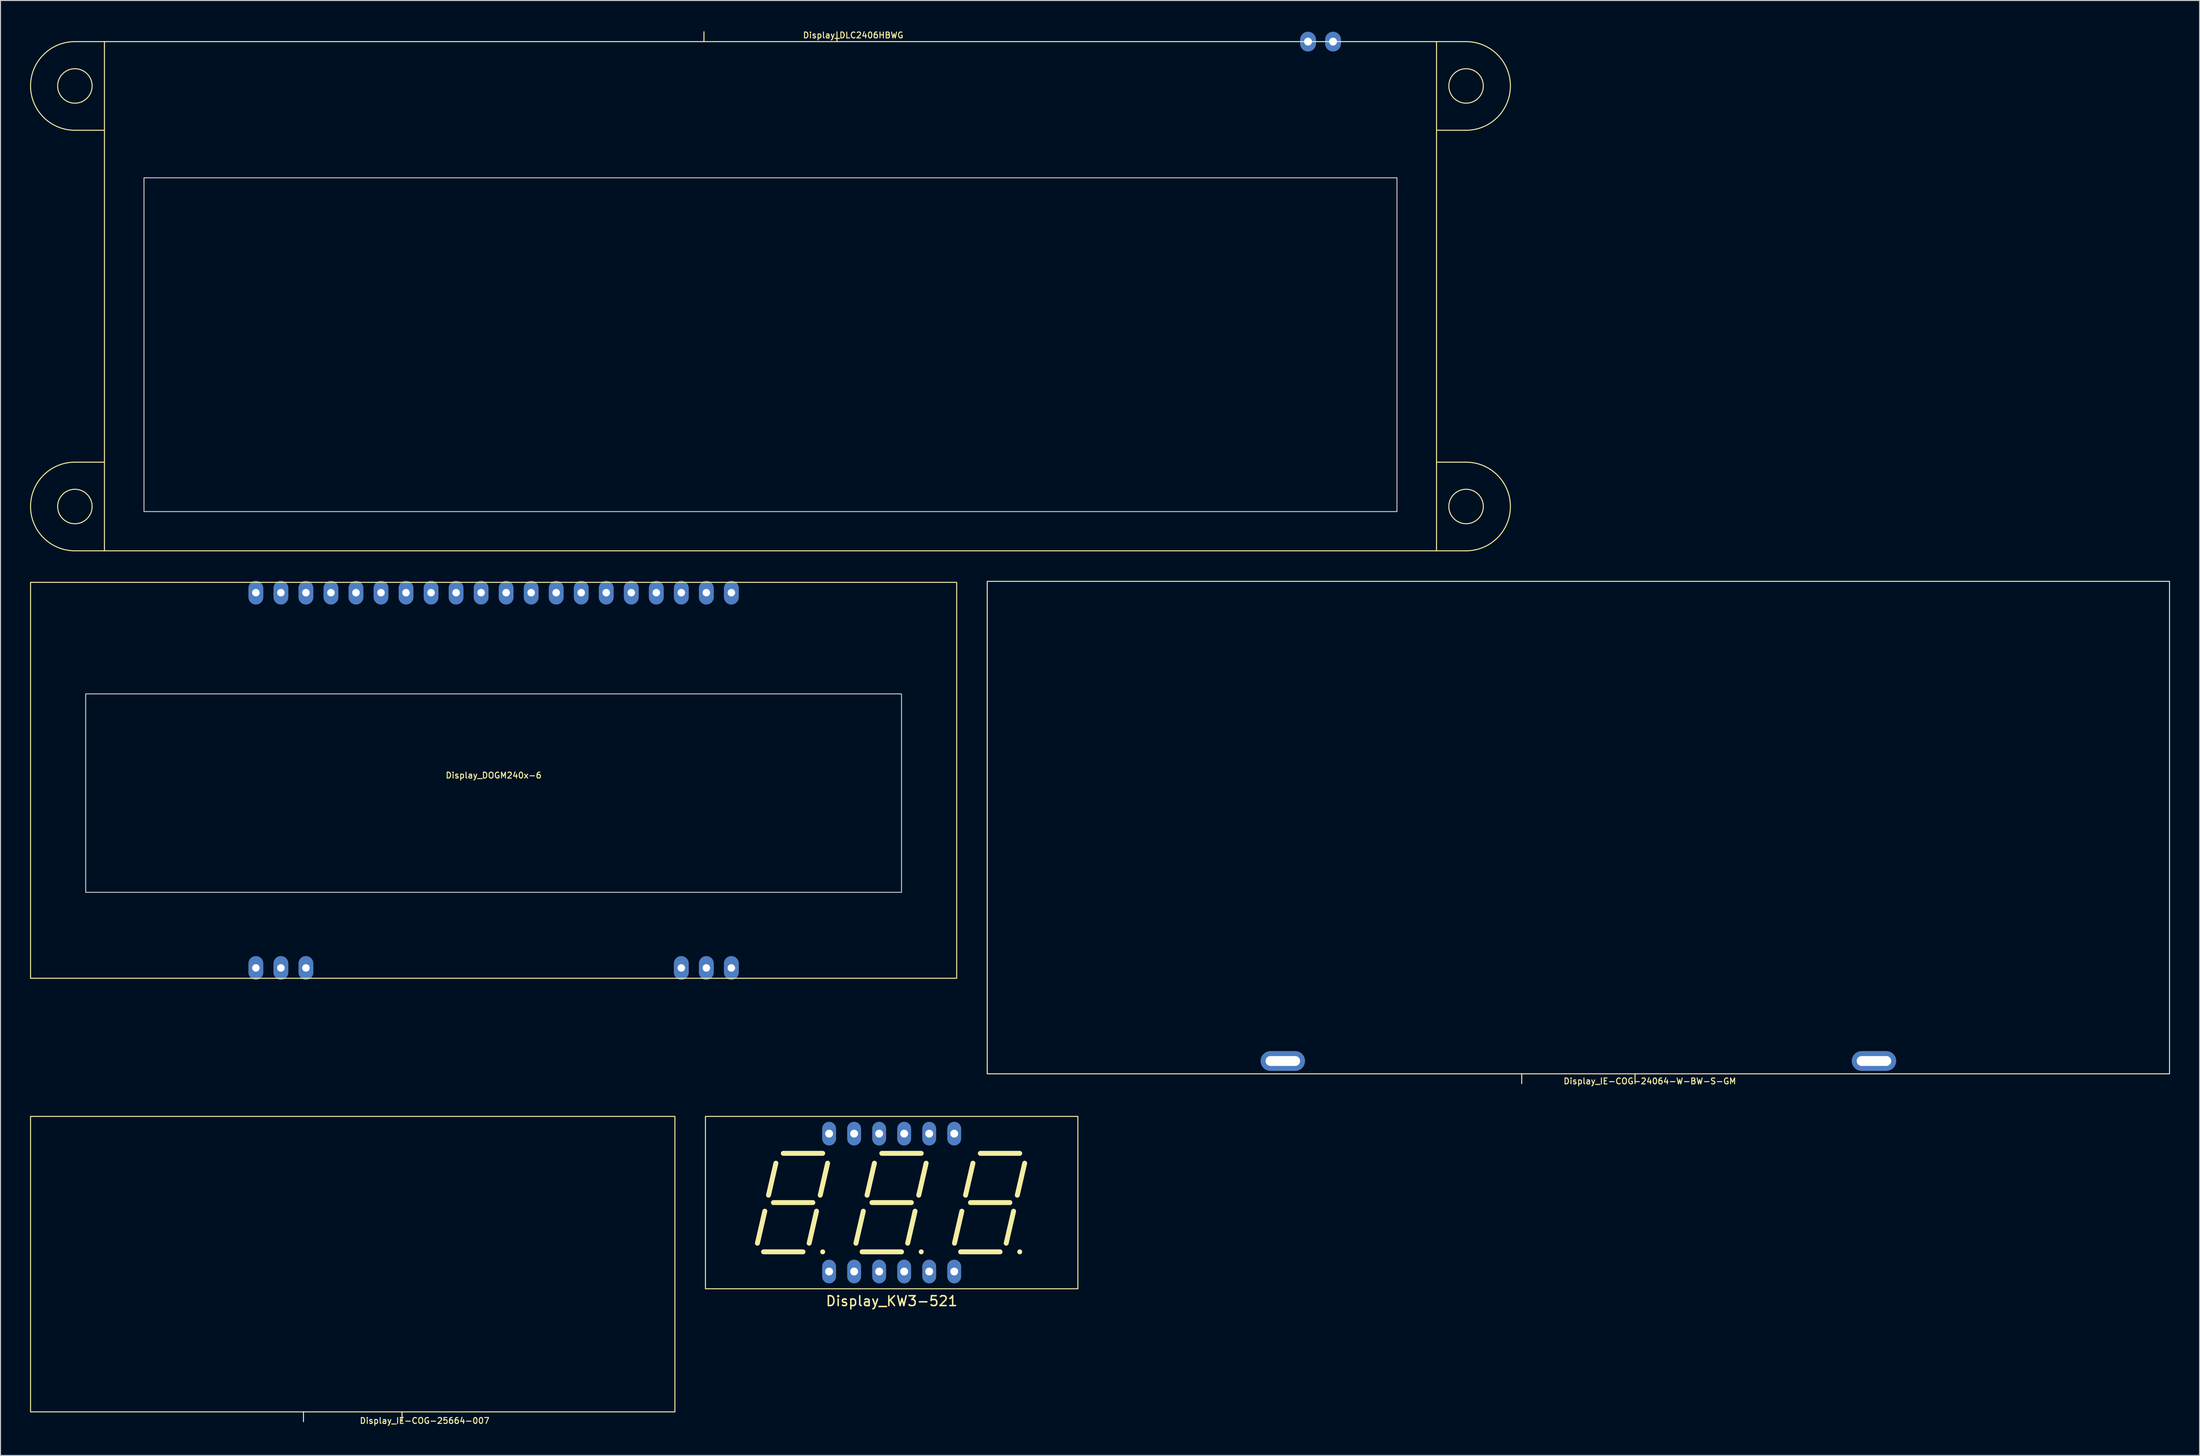
<source format=kicad_pcb>
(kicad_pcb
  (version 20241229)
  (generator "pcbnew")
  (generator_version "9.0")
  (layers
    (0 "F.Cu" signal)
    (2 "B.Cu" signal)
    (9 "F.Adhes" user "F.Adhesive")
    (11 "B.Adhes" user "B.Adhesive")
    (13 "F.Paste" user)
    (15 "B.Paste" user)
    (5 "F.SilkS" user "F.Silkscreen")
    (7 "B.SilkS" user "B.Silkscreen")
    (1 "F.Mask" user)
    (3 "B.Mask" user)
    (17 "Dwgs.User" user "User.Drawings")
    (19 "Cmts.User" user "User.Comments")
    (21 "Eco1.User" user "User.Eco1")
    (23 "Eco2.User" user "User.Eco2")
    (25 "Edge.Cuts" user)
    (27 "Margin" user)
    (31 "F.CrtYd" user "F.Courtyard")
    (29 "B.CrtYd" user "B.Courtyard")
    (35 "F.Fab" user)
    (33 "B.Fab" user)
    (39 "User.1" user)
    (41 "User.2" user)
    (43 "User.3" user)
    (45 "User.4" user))
  (footprint "Display_KW3-521"
    (layer "F.Cu")
    (at 87.45 119.053)
    (property "Reference" "Display_KW3-521" (at 0 10 0) (unlocked yes) (layer "F.SilkS") (effects (font (size 1 1) (thickness 0.15))))
    (attr through_hole)
    (fp_line (start -13.625 4.125) (end -12.875 0.875) (stroke (width 0.5) (type solid)) (layer "F.SilkS"))
    (fp_line (start -13 5) (end -9 5) (stroke (width 0.5) (type solid)) (layer "F.SilkS"))
    (fp_line (start -12.5 -0.75) (end -11.75 -4) (stroke (width 0.5) (type solid)) (layer "F.SilkS"))
    (fp_line (start -12 0) (end -8 0) (stroke (width 0.5) (type solid)) (layer "F.SilkS"))
    (fp_line (start -11 -5) (end -7 -5) (stroke (width 0.5) (type solid)) (layer "F.SilkS"))
    (fp_line (start -8.375 4.125) (end -7.625 0.875) (stroke (width 0.5) (type solid)) (layer "F.SilkS"))
    (fp_line (start -7.25 -0.75) (end -6.5 -4) (stroke (width 0.5) (type solid)) (layer "F.SilkS"))
    (fp_line (start -3.625 4.125) (end -2.875 0.875) (stroke (width 0.5) (type solid)) (layer "F.SilkS"))
    (fp_line (start -3 5) (end 1 5) (stroke (width 0.5) (type solid)) (layer "F.SilkS"))
    (fp_line (start -2.5 -0.75) (end -1.75 -4) (stroke (width 0.5) (type solid)) (layer "F.SilkS"))
    (fp_line (start -2 0) (end 2 0) (stroke (width 0.5) (type solid)) (layer "F.SilkS"))
    (fp_line (start -1 -5) (end 3 -5) (stroke (width 0.5) (type solid)) (layer "F.SilkS"))
    (fp_line (start 1.625 4.125) (end 2.375 0.875) (stroke (width 0.5) (type solid)) (layer "F.SilkS"))
    (fp_line (start 2.75 -0.75) (end 3.5 -4) (stroke (width 0.5) (type solid)) (layer "F.SilkS"))
    (fp_line (start 6.375 4.125) (end 7.125 0.875) (stroke (width 0.5) (type solid)) (layer "F.SilkS"))
    (fp_line (start 7 5) (end 11 5) (stroke (width 0.5) (type solid)) (layer "F.SilkS"))
    (fp_line (start 7.5 -0.75) (end 8.25 -4) (stroke (width 0.5) (type solid)) (layer "F.SilkS"))
    (fp_line (start 8 0) (end 12 0) (stroke (width 0.5) (type solid)) (layer "F.SilkS"))
    (fp_line (start 9 -5) (end 13 -5) (stroke (width 0.5) (type solid)) (layer "F.SilkS"))
    (fp_line (start 11.625 4.125) (end 12.375 0.875) (stroke (width 0.5) (type solid)) (layer "F.SilkS"))
    (fp_line (start 12.75 -0.75) (end 13.5 -4) (stroke (width 0.5) (type solid)) (layer "F.SilkS"))
    (fp_rect (start -18.9 -8.75) (end 18.9 8.75) (stroke (width 0.1) (type solid)) (fill no) (layer "F.SilkS"))
    (fp_circle (center -7 5) (end -6.8 5) (stroke (width 0.1) (type solid)) (fill yes) (layer "F.SilkS"))
    (fp_circle (center 3 5) (end 3.2 5) (stroke (width 0.1) (type solid)) (fill yes) (layer "F.SilkS"))
    (fp_circle (center 13 5) (end 13.2 5) (stroke (width 0.1) (type solid)) (fill yes) (layer "F.SilkS"))
    (pad "1" thru_hole oval (at -6.35 7) (size 1.4 2.4) (drill 0.8) (layers "*.Cu" "*.Mask"))
    (pad "2" thru_hole oval (at -3.81 7) (size 1.4 2.4) (drill 0.8) (layers "*.Cu" "*.Mask"))
    (pad "3" thru_hole oval (at -1.27 7) (size 1.4 2.4) (drill 0.8) (layers "*.Cu" "*.Mask"))
    (pad "4" thru_hole oval (at 1.27 7) (size 1.4 2.4) (drill 0.8) (layers "*.Cu" "*.Mask"))
    (pad "5" thru_hole oval (at 3.81 7) (size 1.4 2.4) (drill 0.8) (layers "*.Cu" "*.Mask"))
    (pad "6" thru_hole oval (at 6.35 7) (size 1.4 2.4) (drill 0.8) (layers "*.Cu" "*.Mask"))
    (pad "7" thru_hole oval (at 6.35 -7) (size 1.4 2.4) (drill 0.8) (layers "*.Cu" "*.Mask"))
    (pad "8" thru_hole oval (at 3.81 -7) (size 1.4 2.4) (drill 0.8) (layers "*.Cu" "*.Mask"))
    (pad "9" thru_hole oval (at 1.27 -7) (size 1.4 2.4) (drill 0.8) (layers "*.Cu" "*.Mask"))
    (pad "10" thru_hole oval (at -1.27 -7) (size 1.4 2.4) (drill 0.8) (layers "*.Cu" "*.Mask"))
    (pad "11" thru_hole oval (at -3.81 -7) (size 1.4 2.4) (drill 0.8) (layers "*.Cu" "*.Mask"))
    (pad "12" thru_hole oval (at -6.35 -7) (size 1.4 2.4) (drill 0.8) (layers "*.Cu" "*.Mask")))
  (footprint "Display_IE-COG-24064-W-BW-S-GM"
    (layer "F.Cu")
    (at 157.15 80.977)
    (property "Reference" "Display_IE-COG-24064-W-BW-S-GM" (at 7.25 25.75 0) (unlocked yes) (layer "F.SilkS") (effects (font (size 0.6 0.6) (thickness 0.1))))
    (attr smd)
    (fp_line (start -5.75 25) (end -5.75 26) (stroke (width 0.1) (type default)) (layer "F.SilkS"))
    (fp_line (start 5.75 26) (end 5.75 25) (stroke (width 0.1) (type default)) (layer "F.SilkS"))
    (fp_rect (start -60 -25) (end 60 25) (stroke (width 0.1) (type default)) (fill no) (layer "F.SilkS"))
    (pad "A" thru_hole oval (at 30 23.7 180) (size 4.5 2) (drill oval 3.5 1) (layers "*.Cu" "*.Mask"))
    (pad "K" thru_hole oval (at -30 23.7 180) (size 4.5 2) (drill oval 3.5 1) (layers "*.Cu" "*.Mask")))
  (footprint "Display_DOGM240x-6"
    (layer "F.Cu")
    (at 47.05 76.177)
    (property "Reference" "Display_DOGM240x-6" (at 0 -0.5 0) (unlocked yes) (layer "F.SilkS") (effects (font (size 0.6 0.6) (thickness 0.1))))
    (attr through_hole)
    (fp_rect (start -47 20.1) (end 47 -20.1) (stroke (width 0.1) (type default)) (fill no) (layer "F.SilkS"))
    (fp_rect (start -41.4 -8.773) (end 41.4 11.373) (stroke (width 0.1) (type default)) (fill no) (layer "Dwgs.User"))
    (pad "1" thru_hole oval (at -24.13 19.05) (size 1.5 2.4) (drill 0.762) (layers "*.Cu" "*.Mask"))
    (pad "2" thru_hole oval (at -21.59 19.05) (size 1.5 2.4) (drill 0.762) (layers "*.Cu" "*.Mask"))
    (pad "3" thru_hole oval (at -19.05 19.05) (size 1.5 2.4) (drill 0.762) (layers "*.Cu" "*.Mask"))
    (pad "18" thru_hole oval (at 19.05 19.05) (size 1.5 2.4) (drill 0.762) (layers "*.Cu" "*.Mask"))
    (pad "19" thru_hole oval (at 21.59 19.05) (size 1.5 2.4) (drill 0.762) (layers "*.Cu" "*.Mask"))
    (pad "20" thru_hole oval (at 24.13 19.05) (size 1.5 2.4) (drill 0.762) (layers "*.Cu" "*.Mask"))
    (pad "21" thru_hole oval (at 24.13 -19.05) (size 1.5 2.4) (drill 0.762) (layers "*.Cu" "*.Mask"))
    (pad "22" thru_hole oval (at 21.59 -19.05) (size 1.5 2.4) (drill 0.762) (layers "*.Cu" "*.Mask"))
    (pad "23" thru_hole oval (at 19.05 -19.05) (size 1.5 2.4) (drill 0.762) (layers "*.Cu" "*.Mask"))
    (pad "24" thru_hole oval (at 16.51 -19.05) (size 1.5 2.4) (drill 0.762) (layers "*.Cu" "*.Mask"))
    (pad "25" thru_hole oval (at 13.97 -19.05) (size 1.5 2.4) (drill 0.762) (layers "*.Cu" "*.Mask"))
    (pad "26" thru_hole oval (at 11.43 -19.05) (size 1.5 2.4) (drill 0.762) (layers "*.Cu" "*.Mask"))
    (pad "27" thru_hole oval (at 8.89 -19.05) (size 1.5 2.4) (drill 0.762) (layers "*.Cu" "*.Mask"))
    (pad "28" thru_hole oval (at 6.35 -19.05) (size 1.5 2.4) (drill 0.762) (layers "*.Cu" "*.Mask"))
    (pad "29" thru_hole oval (at 3.81 -19.05) (size 1.5 2.4) (drill 0.762) (layers "*.Cu" "*.Mask"))
    (pad "30" thru_hole oval (at 1.27 -19.05) (size 1.5 2.4) (drill 0.762) (layers "*.Cu" "*.Mask"))
    (pad "31" thru_hole oval (at -1.27 -19.05) (size 1.5 2.4) (drill 0.762) (layers "*.Cu" "*.Mask"))
    (pad "32" thru_hole oval (at -3.81 -19.05) (size 1.5 2.4) (drill 0.762) (layers "*.Cu" "*.Mask"))
    (pad "33" thru_hole oval (at -6.35 -19.05) (size 1.5 2.4) (drill 0.762) (layers "*.Cu" "*.Mask"))
    (pad "34" thru_hole oval (at -8.89 -19.05) (size 1.5 2.4) (drill 0.762) (layers "*.Cu" "*.Mask"))
    (pad "35" thru_hole oval (at -11.43 -19.05) (size 1.5 2.4) (drill 0.762) (layers "*.Cu" "*.Mask"))
    (pad "36" thru_hole oval (at -13.97 -19.05) (size 1.5 2.4) (drill 0.762) (layers "*.Cu" "*.Mask"))
    (pad "37" thru_hole oval (at -16.51 -19.05) (size 1.5 2.4) (drill 0.762) (layers "*.Cu" "*.Mask"))
    (pad "38" thru_hole oval (at -19.05 -19.05) (size 1.5 2.4) (drill 0.762) (layers "*.Cu" "*.Mask"))
    (pad "39" thru_hole oval (at -21.59 -19.05) (size 1.5 2.4) (drill 0.762) (layers "*.Cu" "*.Mask"))
    (pad "40" thru_hole oval (at -24.13 -19.05) (size 1.5 2.4) (drill 0.762) (layers "*.Cu" "*.Mask")))
  (footprint "Display_DLC2406HBWG"
    (layer "F.Cu")
    (at 75.15 27.026)
    (property "Reference" "Display_DLC2406HBWG" (at 8.4 -26.5 0) (unlocked yes) (layer "F.SilkS") (effects (font (size 0.6 0.6) (thickness 0.1))))
    (attr through_hole)
    (fp_line (start -70.6 -25.85) (end -67.6 -25.85) (stroke (width 0.1) (type default)) (layer "F.SilkS"))
    (fp_line (start -70.6 -16.85) (end -67.6 -16.85) (stroke (width 0.1) (type default)) (layer "F.SilkS"))
    (fp_line (start -70.6 16.85) (end -67.6 16.85) (stroke (width 0.1) (type default)) (layer "F.SilkS"))
    (fp_line (start -70.6 25.85) (end -67.6 25.85) (stroke (width 0.1) (type default)) (layer "F.SilkS"))
    (fp_line (start -6.75 -26.85) (end -6.75 -25.85) (stroke (width 0.1) (type default)) (layer "F.SilkS"))
    (fp_line (start 6.75 -26.85) (end 6.75 -25.85) (stroke (width 0.1) (type default)) (layer "F.SilkS"))
    (fp_line (start 70.6 -25.85) (end 67.6 -25.85) (stroke (width 0.1) (type default)) (layer "F.SilkS"))
    (fp_line (start 70.6 -16.85) (end 67.6 -16.85) (stroke (width 0.1) (type default)) (layer "F.SilkS"))
    (fp_line (start 70.6 16.85) (end 67.6 16.85) (stroke (width 0.1) (type default)) (layer "F.SilkS"))
    (fp_line (start 70.6 25.85) (end 67.6 25.85) (stroke (width 0.1) (type default)) (layer "F.SilkS"))
    (fp_rect (start -67.6 25.85) (end 67.6 -25.85) (stroke (width 0.1) (type default)) (fill no) (layer "F.SilkS"))
    (fp_arc (start -70.6 -16.85) (mid -75.1 -21.35) (end -70.6 -25.85) (stroke (width 0.1) (type default)) (layer "F.SilkS"))
    (fp_arc (start -70.6 25.85) (mid -75.1 21.35) (end -70.6 16.85) (stroke (width 0.1) (type default)) (layer "F.SilkS"))
    (fp_arc (start 70.6 -25.85) (mid 75.1 -21.35) (end 70.6 -16.85) (stroke (width 0.1) (type default)) (layer "F.SilkS"))
    (fp_arc (start 70.6 16.85) (mid 75.1 21.35) (end 70.6 25.85) (stroke (width 0.1) (type default)) (layer "F.SilkS"))
    (fp_circle (center -70.6 -21.35) (end -68.85 -21.35) (stroke (width 0.1) (type default)) (fill no) (layer "F.SilkS"))
    (fp_circle (center -70.6 21.35) (end -68.85 21.35) (stroke (width 0.1) (type default)) (fill no) (layer "F.SilkS"))
    (fp_circle (center 70.6 -21.35) (end 68.85 -21.35) (stroke (width 0.1) (type default)) (fill no) (layer "F.SilkS"))
    (fp_circle (center 70.6 21.35) (end 68.85 21.35) (stroke (width 0.1) (type default)) (fill no) (layer "F.SilkS"))
    (fp_rect (start -63.585 21.865) (end 63.585 -12.025) (stroke (width 0.1) (type default)) (fill no) (layer "Dwgs.User"))
    (pad "A" thru_hole oval (at 54.56 -25.85) (size 1.6 2) (drill 0.8) (layers "*.Cu" "*.Mask"))
    (pad "K" thru_hole oval (at 57.1 -25.85) (size 1.6 2) (drill 0.8) (layers "*.Cu" "*.Mask")))
  (footprint "Display_IE-COG-25664-007"
    (layer "F.Cu")
    (at 32.75 125.303)
    (property "Reference" "Display_IE-COG-25664-007" (at 7.3 15.9 0) (unlocked yes) (layer "F.SilkS") (effects (font (size 0.6 0.6) (thickness 0.1))))
    (attr smd)
    (fp_line (start -5 15) (end -5 16) (stroke (width 0.1) (type default)) (layer "F.SilkS"))
    (fp_line (start 5 15) (end 5 16) (stroke (width 0.1) (type default)) (layer "F.SilkS"))
    (fp_rect (start -32.7 -15) (end 32.7 15) (stroke (width 0.1) (type default)) (fill no) (layer "F.SilkS")))
  (gr_rect
    (start -3 -3)
    (end 220.2 144.73)
    (stroke (width 0.1) (type default))
    (fill no)
    (layer "Edge.Cuts")))
</source>
